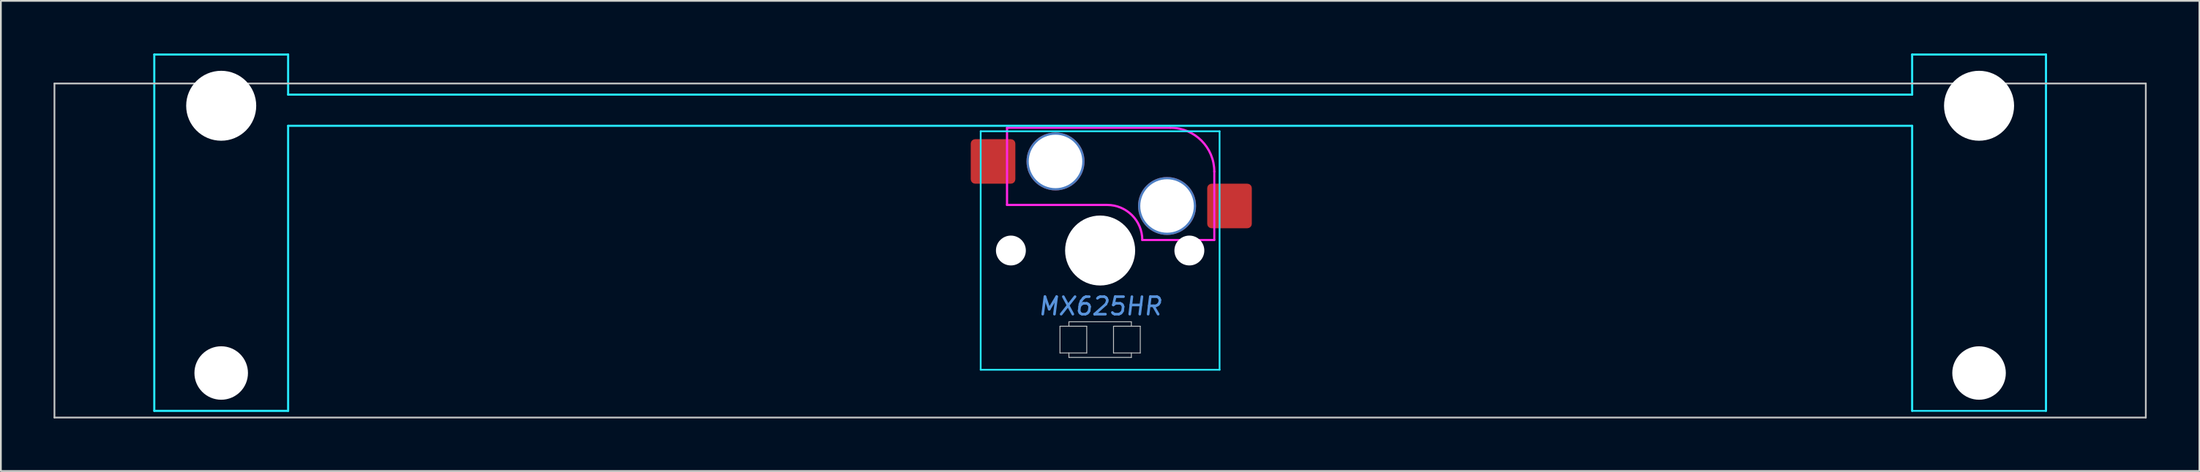
<source format=kicad_pcb>
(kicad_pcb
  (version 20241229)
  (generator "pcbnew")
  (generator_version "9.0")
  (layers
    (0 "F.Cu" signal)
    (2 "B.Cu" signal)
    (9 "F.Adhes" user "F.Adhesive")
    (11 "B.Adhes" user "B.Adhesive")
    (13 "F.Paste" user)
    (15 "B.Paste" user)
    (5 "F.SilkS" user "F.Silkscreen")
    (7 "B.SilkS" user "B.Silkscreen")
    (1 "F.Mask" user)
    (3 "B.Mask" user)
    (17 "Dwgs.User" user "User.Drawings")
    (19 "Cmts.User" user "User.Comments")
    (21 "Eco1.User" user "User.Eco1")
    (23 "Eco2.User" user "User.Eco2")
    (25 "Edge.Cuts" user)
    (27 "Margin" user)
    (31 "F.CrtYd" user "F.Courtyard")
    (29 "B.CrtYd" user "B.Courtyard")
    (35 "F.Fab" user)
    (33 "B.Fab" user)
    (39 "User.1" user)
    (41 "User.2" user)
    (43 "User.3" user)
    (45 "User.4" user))
  (footprint "MX625HR"
    (layer "F.Cu")
    (at 57.041 6.156)
    (property "Reference" "MX625HR" (at 2.54 8.255 0) (layer "Cmts.User") (effects (font (size 1 1) (thickness 0.15) (italic yes))))
    (attr smd)
    (fp_line (start -56.991 -4.445) (end -56.991 14.605) (stroke (width 0.1) (type solid)) (layer "Dwgs.User"))
    (fp_line (start -56.991 -4.445) (end 62.071 -4.445) (stroke (width 0.1) (type solid)) (layer "Dwgs.User"))
    (fp_line (start -56.991 14.605) (end 62.071 14.605) (stroke (width 0.1) (type solid)) (layer "Dwgs.User"))
    (fp_line (start 0.254 9.398) (end 1.778 9.398) (stroke (width 0.051) (type solid)) (layer "Dwgs.User"))
    (fp_line (start 0.254 10.922) (end 0.254 9.398) (stroke (width 0.051) (type solid)) (layer "Dwgs.User"))
    (fp_line (start 0.762 9.144) (end 4.318 9.144) (stroke (width 0.051) (type solid)) (layer "Dwgs.User"))
    (fp_line (start 0.762 9.398) (end 0.762 9.144) (stroke (width 0.051) (type solid)) (layer "Dwgs.User"))
    (fp_line (start 0.762 11.176) (end 0.762 10.922) (stroke (width 0.051) (type solid)) (layer "Dwgs.User"))
    (fp_line (start 1.778 9.398) (end 1.778 10.922) (stroke (width 0.051) (type solid)) (layer "Dwgs.User"))
    (fp_line (start 1.778 10.922) (end 0.254 10.922) (stroke (width 0.051) (type solid)) (layer "Dwgs.User"))
    (fp_line (start 3.302 9.398) (end 4.826 9.398) (stroke (width 0.051) (type solid)) (layer "Dwgs.User"))
    (fp_line (start 3.302 10.922) (end 3.302 9.398) (stroke (width 0.051) (type solid)) (layer "Dwgs.User"))
    (fp_line (start 4.318 9.144) (end 4.318 9.398) (stroke (width 0.051) (type solid)) (layer "Dwgs.User"))
    (fp_line (start 4.318 10.922) (end 4.318 11.176) (stroke (width 0.051) (type solid)) (layer "Dwgs.User"))
    (fp_line (start 4.318 11.176) (end 0.762 11.176) (stroke (width 0.051) (type solid)) (layer "Dwgs.User"))
    (fp_line (start 4.826 9.398) (end 4.826 10.922) (stroke (width 0.051) (type solid)) (layer "Dwgs.User"))
    (fp_line (start 4.826 10.922) (end 3.302 10.922) (stroke (width 0.051) (type solid)) (layer "Dwgs.User"))
    (fp_line (start 62.071 -4.445) (end 62.071 14.605) (stroke (width 0.1) (type solid)) (layer "Dwgs.User"))
    (fp_line (start -50.998 -3.435) (end -50.998 10.565) (stroke (width 0.1) (type solid)) (layer "Eco1.User"))
    (fp_line (start -50.498 -3.935) (end -44.498 -3.935) (stroke (width 0.1) (type solid)) (layer "Eco1.User"))
    (fp_line (start -44.498 11.065) (end -50.498 11.065) (stroke (width 0.1) (type solid)) (layer "Eco1.User"))
    (fp_line (start -43.998 10.565) (end -43.998 -3.435) (stroke (width 0.1) (type solid)) (layer "Eco1.User"))
    (fp_line (start -4.46 -1.42) (end -4.46 11.58) (stroke (width 0.1) (type solid)) (layer "Eco1.User"))
    (fp_line (start -3.96 12.08) (end 9.04 12.08) (stroke (width 0.1) (type solid)) (layer "Eco1.User"))
    (fp_line (start 9.04 -1.92) (end -3.96 -1.92) (stroke (width 0.1) (type solid)) (layer "Eco1.User"))
    (fp_line (start 9.54 11.58) (end 9.54 -1.42) (stroke (width 0.1) (type solid)) (layer "Eco1.User"))
    (fp_line (start 49.078 -3.435) (end 49.078 10.565) (stroke (width 0.1) (type solid)) (layer "Eco1.User"))
    (fp_line (start 49.578 -3.935) (end 55.578 -3.935) (stroke (width 0.1) (type solid)) (layer "Eco1.User"))
    (fp_line (start 55.578 11.065) (end 49.578 11.065) (stroke (width 0.1) (type solid)) (layer "Eco1.User"))
    (fp_line (start 56.078 10.565) (end 56.078 -3.435) (stroke (width 0.1) (type solid)) (layer "Eco1.User"))
    (fp_arc (start -50.998 -3.435) (mid -50.851553 -3.788553) (end -50.498 -3.935) (stroke (width 0.1) (type solid)) (layer "Eco1.User"))
    (fp_arc (start -50.498 11.065) (mid -50.851553 10.918553) (end -50.998 10.565) (stroke (width 0.1) (type solid)) (layer "Eco1.User"))
    (fp_arc (start -44.498 -3.935) (mid -44.144447 -3.788553) (end -43.998 -3.435) (stroke (width 0.1) (type solid)) (layer "Eco1.User"))
    (fp_arc (start -43.998 10.565) (mid -44.144447 10.918553) (end -44.498 11.065) (stroke (width 0.1) (type solid)) (layer "Eco1.User"))
    (fp_arc (start -4.46 -1.42) (mid -4.313553 -1.773553) (end -3.96 -1.92) (stroke (width 0.1) (type solid)) (layer "Eco1.User"))
    (fp_arc (start -3.96 12.08) (mid -4.313553 11.933553) (end -4.46 11.58) (stroke (width 0.1) (type solid)) (layer "Eco1.User"))
    (fp_arc (start 9.04 -1.92) (mid 9.393553 -1.773553) (end 9.54 -1.42) (stroke (width 0.1) (type solid)) (layer "Eco1.User"))
    (fp_arc (start 9.54 11.58) (mid 9.393553 11.933553) (end 9.04 12.08) (stroke (width 0.1) (type solid)) (layer "Eco1.User"))
    (fp_arc (start 49.078 -3.435) (mid 49.224447 -3.788553) (end 49.578 -3.935) (stroke (width 0.1) (type solid)) (layer "Eco1.User"))
    (fp_arc (start 49.578 11.065) (mid 49.224447 10.918553) (end 49.078 10.565) (stroke (width 0.1) (type solid)) (layer "Eco1.User"))
    (fp_arc (start 55.578 -3.935) (mid 55.931553 -3.788553) (end 56.078 -3.435) (stroke (width 0.1) (type solid)) (layer "Eco1.User"))
    (fp_arc (start 56.078 10.565) (mid 55.931553 10.918553) (end 55.578 11.065) (stroke (width 0.1) (type solid)) (layer "Eco1.User"))
    (fp_line (start -51.308 -6.096) (end -51.308 14.224) (stroke (width 0.12) (type solid)) (layer "B.CrtYd"))
    (fp_line (start -51.308 -6.096) (end -43.688 -6.096) (stroke (width 0.12) (type solid)) (layer "B.CrtYd"))
    (fp_line (start -51.308 14.224) (end -43.688 14.224) (stroke (width 0.12) (type solid)) (layer "B.CrtYd"))
    (fp_line (start -43.688 -6.096) (end -43.688 -3.81) (stroke (width 0.12) (type solid)) (layer "B.CrtYd"))
    (fp_line (start -43.688 -2.032) (end -43.688 14.224) (stroke (width 0.12) (type solid)) (layer "B.CrtYd"))
    (fp_line (start -4.26 -1.72) (end -4.26 11.88) (stroke (width 0.1) (type solid)) (layer "B.CrtYd"))
    (fp_line (start 9.34 -1.72) (end -4.26 -1.72) (stroke (width 0.1) (type solid)) (layer "B.CrtYd"))
    (fp_line (start 9.34 -1.72) (end 9.34 11.88) (stroke (width 0.1) (type solid)) (layer "B.CrtYd"))
    (fp_line (start 9.34 11.88) (end -4.26 11.88) (stroke (width 0.1) (type solid)) (layer "B.CrtYd"))
    (fp_line (start 48.768 -6.096) (end 48.768 -3.81) (stroke (width 0.12) (type solid)) (layer "B.CrtYd"))
    (fp_line (start 48.768 -3.81) (end -43.688 -3.81) (stroke (width 0.12) (type solid)) (layer "B.CrtYd"))
    (fp_line (start 48.768 -2.032) (end -43.688 -2.032) (stroke (width 0.12) (type solid)) (layer "B.CrtYd"))
    (fp_line (start 48.768 -2.032) (end 48.768 14.224) (stroke (width 0.12) (type solid)) (layer "B.CrtYd"))
    (fp_line (start 56.388 -6.096) (end 48.768 -6.096) (stroke (width 0.12) (type solid)) (layer "B.CrtYd"))
    (fp_line (start 56.388 -6.096) (end 56.388 14.224) (stroke (width 0.12) (type solid)) (layer "B.CrtYd"))
    (fp_line (start 56.388 14.224) (end 48.768 14.224) (stroke (width 0.1) (type solid)) (layer "B.CrtYd"))
    (fp_line (start -2.76 -1.92) (end -2.76 2.48) (stroke (width 0.127) (type solid)) (layer "F.CrtYd"))
    (fp_line (start -2.66 -1.92) (end -2.76 -1.92) (stroke (width 0.12) (type solid)) (layer "F.CrtYd"))
    (fp_line (start 2.94 2.48) (end -2.76 2.48) (stroke (width 0.127) (type solid)) (layer "F.CrtYd"))
    (fp_line (start 6.54 -1.92) (end -2.66 -1.92) (stroke (width 0.12) (type solid)) (layer "F.CrtYd"))
    (fp_line (start 9.04 0.58) (end 9.04 4.48) (stroke (width 0.12) (type solid)) (layer "F.CrtYd"))
    (fp_line (start 9.04 4.48) (end 4.94 4.48) (stroke (width 0.12) (type solid)) (layer "F.CrtYd"))
    (fp_arc (start 2.94 2.48) (mid 4.354214 3.065786) (end 4.94 4.48) (stroke (width 0.127) (type solid)) (layer "F.CrtYd"))
    (fp_arc (start 6.54 -1.92) (mid 8.307767 -1.187767) (end 9.04 0.58) (stroke (width 0.127) (type solid)) (layer "F.CrtYd"))
    (pad "" np_thru_hole circle (at -47.498 -3.175 180) (size 3.988 3.988) (drill 3.988) (layers "*.Cu" "*.Mask"))
    (pad "" np_thru_hole circle (at -47.498 12.065 180) (size 3.048 3.048) (drill 3.048) (layers "*.Cu" "*.Mask"))
    (pad "" np_thru_hole circle (at -2.54 5.08) (size 1.702 1.702) (drill 1.702) (layers "*.Cu" "*.Mask"))
    (pad "" np_thru_hole circle (at 0 0) (size 3.302 3.302) (drill 3.048) (layers "*.Cu" "*.Mask"))
    (pad "" np_thru_hole circle (at 2.54 5.08) (size 3.988 3.988) (drill 3.988) (layers "*.Cu" "*.Mask"))
    (pad "" np_thru_hole circle (at 6.35 2.54) (size 3.302 3.302) (drill 3.048) (layers "*.Cu" "*.Mask"))
    (pad "" np_thru_hole circle (at 7.62 5.08) (size 1.702 1.702) (drill 1.702) (layers "*.Cu" "*.Mask"))
    (pad "" np_thru_hole circle (at 52.578 -3.175 180) (size 3.988 3.988) (drill 3.988) (layers "*.Cu" "*.Mask"))
    (pad "" np_thru_hole circle (at 52.578 12.065 180) (size 3.048 3.048) (drill 3.048) (layers "*.Cu" "*.Mask"))
    (pad "1" smd roundrect (at -3.556 0) (size 2.54 2.54) (layers "F.Cu" "F.Mask") (roundrect_rratio 0.1))
    (pad "2" smd roundrect (at 9.906 2.54) (size 2.54 2.54) (layers "F.Cu" "F.Mask") (roundrect_rratio 0.1)))
  (gr_rect
    (start -3 -3)
    (end 122.162 23.811)
    (stroke (width 0.1) (type default))
    (fill no)
    (layer "Edge.Cuts")))
</source>
